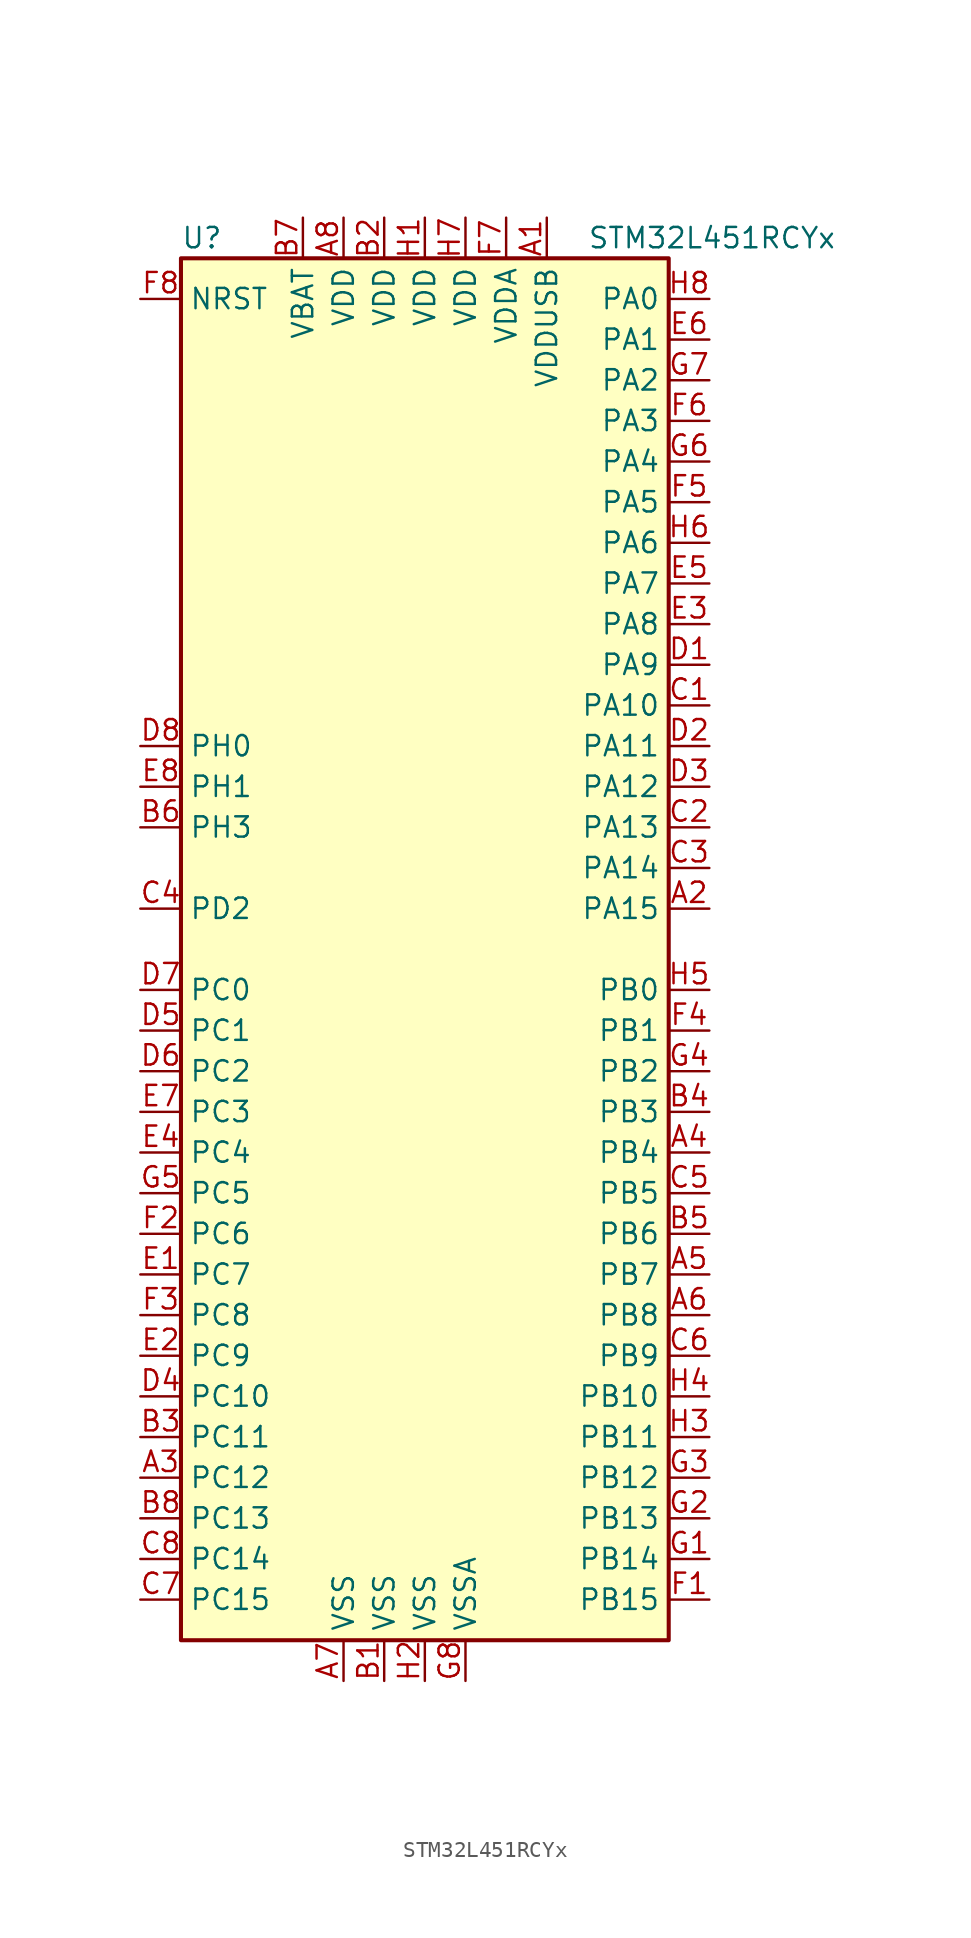
<source format=kicad_sym>
(kicad_symbol_lib
  (version 20211014)
  (generator kicad_symbol_editor)
  (symbol "STM32L451RCYx"
    (property "Reference" "U"
      (at -15.24 44.45 0)
      (effects (font (size 1.27 1.27)) (justify left)))
    (property "Value" "STM32L451RCYx"
      (at 10.16 44.45 0)
      (effects (font (size 1.27 1.27)) (justify left)))
    (symbol "STM32L451RCYx_0_1"
      (rectangle (start -15.24 -43.18) (end 15.24 43.18) (stroke (width 0.254) (type default) (color 0 0 0 0)) (fill (type background))))
    (symbol "STM32L451RCYx_1_1"
      (pin power_in line (at 7.62 45.72 270) (length 2.54) (name "VDDUSB" (effects (font (size 1.27 1.27)))) (number "A1" (effects (font (size 1.27 1.27)))))
      (pin bidirectional line (at 17.78 2.54 180) (length 2.54) (name "PA15" (effects (font (size 1.27 1.27)))) (number "A2" (effects (font (size 1.27 1.27)))))
      (pin bidirectional line (at -17.78 -33.02 0) (length 2.54) (name "PC12" (effects (font (size 1.27 1.27)))) (number "A3" (effects (font (size 1.27 1.27)))))
      (pin bidirectional line (at 17.78 -12.7 180) (length 2.54) (name "PB4" (effects (font (size 1.27 1.27)))) (number "A4" (effects (font (size 1.27 1.27)))))
      (pin bidirectional line (at 17.78 -20.32 180) (length 2.54) (name "PB7" (effects (font (size 1.27 1.27)))) (number "A5" (effects (font (size 1.27 1.27)))))
      (pin bidirectional line (at 17.78 -22.86 180) (length 2.54) (name "PB8" (effects (font (size 1.27 1.27)))) (number "A6" (effects (font (size 1.27 1.27)))))
      (pin power_in line (at -5.08 -45.72 90) (length 2.54) (name "VSS" (effects (font (size 1.27 1.27)))) (number "A7" (effects (font (size 1.27 1.27)))))
      (pin power_in line (at -5.08 45.72 270) (length 2.54) (name "VDD" (effects (font (size 1.27 1.27)))) (number "A8" (effects (font (size 1.27 1.27)))))
      (pin power_in line (at -2.54 -45.72 90) (length 2.54) (name "VSS" (effects (font (size 1.27 1.27)))) (number "B1" (effects (font (size 1.27 1.27)))))
      (pin power_in line (at -2.54 45.72 270) (length 2.54) (name "VDD" (effects (font (size 1.27 1.27)))) (number "B2" (effects (font (size 1.27 1.27)))))
      (pin bidirectional line (at -17.78 -30.48 0) (length 2.54) (name "PC11" (effects (font (size 1.27 1.27)))) (number "B3" (effects (font (size 1.27 1.27)))))
      (pin bidirectional line (at 17.78 -10.16 180) (length 2.54) (name "PB3" (effects (font (size 1.27 1.27)))) (number "B4" (effects (font (size 1.27 1.27)))))
      (pin bidirectional line (at 17.78 -17.78 180) (length 2.54) (name "PB6" (effects (font (size 1.27 1.27)))) (number "B5" (effects (font (size 1.27 1.27)))))
      (pin bidirectional line (at -17.78 7.62 0) (length 2.54) (name "PH3" (effects (font (size 1.27 1.27)))) (number "B6" (effects (font (size 1.27 1.27)))))
      (pin power_in line (at -7.62 45.72 270) (length 2.54) (name "VBAT" (effects (font (size 1.27 1.27)))) (number "B7" (effects (font (size 1.27 1.27)))))
      (pin bidirectional line (at -17.78 -35.56 0) (length 2.54) (name "PC13" (effects (font (size 1.27 1.27)))) (number "B8" (effects (font (size 1.27 1.27)))))
      (pin bidirectional line (at 17.78 15.24 180) (length 2.54) (name "PA10" (effects (font (size 1.27 1.27)))) (number "C1" (effects (font (size 1.27 1.27)))))
      (pin bidirectional line (at 17.78 7.62 180) (length 2.54) (name "PA13" (effects (font (size 1.27 1.27)))) (number "C2" (effects (font (size 1.27 1.27)))))
      (pin bidirectional line (at 17.78 5.08 180) (length 2.54) (name "PA14" (effects (font (size 1.27 1.27)))) (number "C3" (effects (font (size 1.27 1.27)))))
      (pin bidirectional line (at -17.78 2.54 0) (length 2.54) (name "PD2" (effects (font (size 1.27 1.27)))) (number "C4" (effects (font (size 1.27 1.27)))))
      (pin bidirectional line (at 17.78 -15.24 180) (length 2.54) (name "PB5" (effects (font (size 1.27 1.27)))) (number "C5" (effects (font (size 1.27 1.27)))))
      (pin bidirectional line (at 17.78 -25.4 180) (length 2.54) (name "PB9" (effects (font (size 1.27 1.27)))) (number "C6" (effects (font (size 1.27 1.27)))))
      (pin bidirectional line (at -17.78 -40.64 0) (length 2.54) (name "PC15" (effects (font (size 1.27 1.27)))) (number "C7" (effects (font (size 1.27 1.27)))))
      (pin bidirectional line (at -17.78 -38.1 0) (length 2.54) (name "PC14" (effects (font (size 1.27 1.27)))) (number "C8" (effects (font (size 1.27 1.27)))))
      (pin bidirectional line (at 17.78 17.78 180) (length 2.54) (name "PA9" (effects (font (size 1.27 1.27)))) (number "D1" (effects (font (size 1.27 1.27)))))
      (pin bidirectional line (at 17.78 12.7 180) (length 2.54) (name "PA11" (effects (font (size 1.27 1.27)))) (number "D2" (effects (font (size 1.27 1.27)))))
      (pin bidirectional line (at 17.78 10.16 180) (length 2.54) (name "PA12" (effects (font (size 1.27 1.27)))) (number "D3" (effects (font (size 1.27 1.27)))))
      (pin bidirectional line (at -17.78 -27.94 0) (length 2.54) (name "PC10" (effects (font (size 1.27 1.27)))) (number "D4" (effects (font (size 1.27 1.27)))))
      (pin bidirectional line (at -17.78 -5.08 0) (length 2.54) (name "PC1" (effects (font (size 1.27 1.27)))) (number "D5" (effects (font (size 1.27 1.27)))))
      (pin bidirectional line (at -17.78 -7.62 0) (length 2.54) (name "PC2" (effects (font (size 1.27 1.27)))) (number "D6" (effects (font (size 1.27 1.27)))))
      (pin bidirectional line (at -17.78 -2.54 0) (length 2.54) (name "PC0" (effects (font (size 1.27 1.27)))) (number "D7" (effects (font (size 1.27 1.27)))))
      (pin input line (at -17.78 12.7 0) (length 2.54) (name "PH0" (effects (font (size 1.27 1.27)))) (number "D8" (effects (font (size 1.27 1.27)))))
      (pin bidirectional line (at -17.78 -20.32 0) (length 2.54) (name "PC7" (effects (font (size 1.27 1.27)))) (number "E1" (effects (font (size 1.27 1.27)))))
      (pin bidirectional line (at -17.78 -25.4 0) (length 2.54) (name "PC9" (effects (font (size 1.27 1.27)))) (number "E2" (effects (font (size 1.27 1.27)))))
      (pin bidirectional line (at 17.78 20.32 180) (length 2.54) (name "PA8" (effects (font (size 1.27 1.27)))) (number "E3" (effects (font (size 1.27 1.27)))))
      (pin bidirectional line (at -17.78 -12.7 0) (length 2.54) (name "PC4" (effects (font (size 1.27 1.27)))) (number "E4" (effects (font (size 1.27 1.27)))))
      (pin bidirectional line (at 17.78 22.86 180) (length 2.54) (name "PA7" (effects (font (size 1.27 1.27)))) (number "E5" (effects (font (size 1.27 1.27)))))
      (pin bidirectional line (at 17.78 38.1 180) (length 2.54) (name "PA1" (effects (font (size 1.27 1.27)))) (number "E6" (effects (font (size 1.27 1.27)))))
      (pin bidirectional line (at -17.78 -10.16 0) (length 2.54) (name "PC3" (effects (font (size 1.27 1.27)))) (number "E7" (effects (font (size 1.27 1.27)))))
      (pin input line (at -17.78 10.16 0) (length 2.54) (name "PH1" (effects (font (size 1.27 1.27)))) (number "E8" (effects (font (size 1.27 1.27)))))
      (pin bidirectional line (at 17.78 -40.64 180) (length 2.54) (name "PB15" (effects (font (size 1.27 1.27)))) (number "F1" (effects (font (size 1.27 1.27)))))
      (pin bidirectional line (at -17.78 -17.78 0) (length 2.54) (name "PC6" (effects (font (size 1.27 1.27)))) (number "F2" (effects (font (size 1.27 1.27)))))
      (pin bidirectional line (at -17.78 -22.86 0) (length 2.54) (name "PC8" (effects (font (size 1.27 1.27)))) (number "F3" (effects (font (size 1.27 1.27)))))
      (pin bidirectional line (at 17.78 -5.08 180) (length 2.54) (name "PB1" (effects (font (size 1.27 1.27)))) (number "F4" (effects (font (size 1.27 1.27)))))
      (pin bidirectional line (at 17.78 27.94 180) (length 2.54) (name "PA5" (effects (font (size 1.27 1.27)))) (number "F5" (effects (font (size 1.27 1.27)))))
      (pin bidirectional line (at 17.78 33.02 180) (length 2.54) (name "PA3" (effects (font (size 1.27 1.27)))) (number "F6" (effects (font (size 1.27 1.27)))))
      (pin power_in line (at 5.08 45.72 270) (length 2.54) (name "VDDA" (effects (font (size 1.27 1.27)))) (number "F7" (effects (font (size 1.27 1.27)))))
      (pin input line (at -17.78 40.64 0) (length 2.54) (name "NRST" (effects (font (size 1.27 1.27)))) (number "F8" (effects (font (size 1.27 1.27)))))
      (pin bidirectional line (at 17.78 -38.1 180) (length 2.54) (name "PB14" (effects (font (size 1.27 1.27)))) (number "G1" (effects (font (size 1.27 1.27)))))
      (pin bidirectional line (at 17.78 -35.56 180) (length 2.54) (name "PB13" (effects (font (size 1.27 1.27)))) (number "G2" (effects (font (size 1.27 1.27)))))
      (pin bidirectional line (at 17.78 -33.02 180) (length 2.54) (name "PB12" (effects (font (size 1.27 1.27)))) (number "G3" (effects (font (size 1.27 1.27)))))
      (pin bidirectional line (at 17.78 -7.62 180) (length 2.54) (name "PB2" (effects (font (size 1.27 1.27)))) (number "G4" (effects (font (size 1.27 1.27)))))
      (pin bidirectional line (at -17.78 -15.24 0) (length 2.54) (name "PC5" (effects (font (size 1.27 1.27)))) (number "G5" (effects (font (size 1.27 1.27)))))
      (pin bidirectional line (at 17.78 30.48 180) (length 2.54) (name "PA4" (effects (font (size 1.27 1.27)))) (number "G6" (effects (font (size 1.27 1.27)))))
      (pin bidirectional line (at 17.78 35.56 180) (length 2.54) (name "PA2" (effects (font (size 1.27 1.27)))) (number "G7" (effects (font (size 1.27 1.27)))))
      (pin power_in line (at 2.54 -45.72 90) (length 2.54) (name "VSSA" (effects (font (size 1.27 1.27)))) (number "G8" (effects (font (size 1.27 1.27)))))
      (pin power_in line (at 0 45.72 270) (length 2.54) (name "VDD" (effects (font (size 1.27 1.27)))) (number "H1" (effects (font (size 1.27 1.27)))))
      (pin power_in line (at 0 -45.72 90) (length 2.54) (name "VSS" (effects (font (size 1.27 1.27)))) (number "H2" (effects (font (size 1.27 1.27)))))
      (pin bidirectional line (at 17.78 -30.48 180) (length 2.54) (name "PB11" (effects (font (size 1.27 1.27)))) (number "H3" (effects (font (size 1.27 1.27)))))
      (pin bidirectional line (at 17.78 -27.94 180) (length 2.54) (name "PB10" (effects (font (size 1.27 1.27)))) (number "H4" (effects (font (size 1.27 1.27)))))
      (pin bidirectional line (at 17.78 -2.54 180) (length 2.54) (name "PB0" (effects (font (size 1.27 1.27)))) (number "H5" (effects (font (size 1.27 1.27)))))
      (pin bidirectional line (at 17.78 25.4 180) (length 2.54) (name "PA6" (effects (font (size 1.27 1.27)))) (number "H6" (effects (font (size 1.27 1.27)))))
      (pin power_in line (at 2.54 45.72 270) (length 2.54) (name "VDD" (effects (font (size 1.27 1.27)))) (number "H7" (effects (font (size 1.27 1.27)))))
      (pin bidirectional line (at 17.78 40.64 180) (length 2.54) (name "PA0" (effects (font (size 1.27 1.27)))) (number "H8" (effects (font (size 1.27 1.27))))))))
</source>
